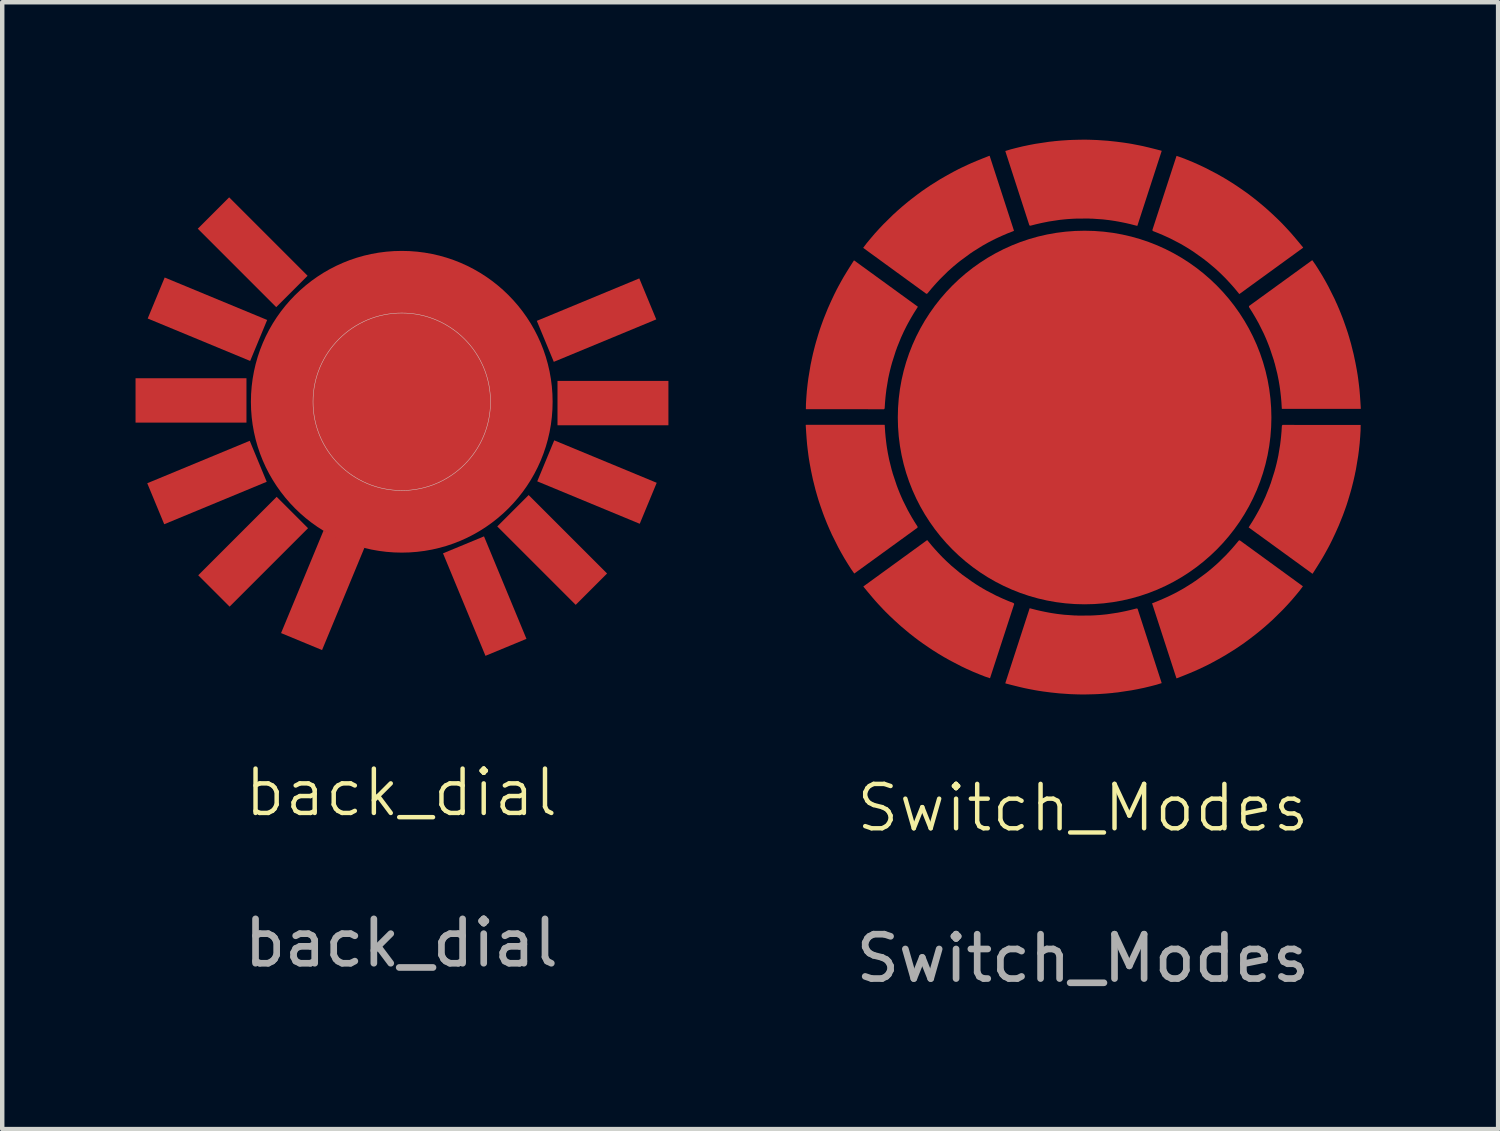
<source format=kicad_pcb>
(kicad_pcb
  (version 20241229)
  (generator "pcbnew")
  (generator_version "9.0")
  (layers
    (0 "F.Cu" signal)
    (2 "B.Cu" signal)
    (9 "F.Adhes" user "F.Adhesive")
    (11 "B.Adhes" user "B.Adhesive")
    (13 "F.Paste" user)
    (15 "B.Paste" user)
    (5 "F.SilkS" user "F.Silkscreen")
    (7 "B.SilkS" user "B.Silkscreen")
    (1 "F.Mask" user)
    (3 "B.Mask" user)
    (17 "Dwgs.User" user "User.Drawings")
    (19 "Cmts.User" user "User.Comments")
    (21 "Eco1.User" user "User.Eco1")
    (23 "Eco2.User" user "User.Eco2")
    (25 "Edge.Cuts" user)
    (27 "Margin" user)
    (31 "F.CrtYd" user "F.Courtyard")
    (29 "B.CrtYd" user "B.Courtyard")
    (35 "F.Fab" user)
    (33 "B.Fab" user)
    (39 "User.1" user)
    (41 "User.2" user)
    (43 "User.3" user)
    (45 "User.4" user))
  (footprint "back_dial"
    (layer "F.Cu")
    (at 6.005 6.005)
    (property "Reference" "back_dial" (at -0.01 8.81 0) (unlocked yes) (layer "F.SilkS") (effects (font (size 1 1) (thickness 0.1))))
    (attr smd)
    (fp_circle (center 0 0) (end 2 0) (stroke (width 0.01) (type solid)) (fill no) (layer "Edge.Cuts"))
    (fp_circle (center 0 0) (end 3.5 0) (stroke (width 0.01) (type solid)) (fill no) (layer "User.1"))
    (fp_circle (center 0 0) (end 6 0) (stroke (width 0.01) (type solid)) (fill no) (layer "User.1"))
    (fp_text user "${REFERENCE}" (at -0.01 12.2 0) (unlocked yes) (layer "F.Fab") (effects (font (size 1 1) (thickness 0.15))))
    (pad "1" smd rect (at -1.78 4.25 337.5) (size 1 2.5) (layers "F.Cu" "F.Mask" "F.Paste"))
    (pad "1" smd circle (at 0 0) (size 6.8 6.8) (layers "F.Cu" "F.Mask" "F.Paste"))
    (pad "2" smd rect (at -4.75 -0.03 270) (size 1 2.5) (layers "F.Cu" "F.Mask" "F.Paste"))
    (pad "2" smd rect (at -4.39 1.82 292.5) (size 1 2.5) (layers "F.Cu" "F.Mask" "F.Paste"))
    (pad "2" smd rect (at -4.38 -1.86 247.5) (size 1 2.5) (layers "F.Cu" "F.Mask" "F.Paste"))
    (pad "2" smd rect (at -3.36 -3.37 225) (size 1 2.5) (layers "F.Cu" "F.Mask" "F.Paste"))
    (pad "2" smd rect (at -3.35 3.38 315) (size 1 2.5) (layers "F.Cu" "F.Mask" "F.Paste"))
    (pad "3" smd rect (at 1.87 4.38 22.5) (size 1 2.5) (layers "F.Cu" "F.Mask" "F.Paste"))
    (pad "3" smd rect (at 3.39 3.34 45) (size 1 2.5) (layers "F.Cu" "F.Mask" "F.Paste"))
    (pad "3" smd rect (at 4.39 -1.84 112.5) (size 1 2.5) (layers "F.Cu" "F.Mask" "F.Paste"))
    (pad "3" smd rect (at 4.4 1.81 67.5) (size 1 2.5) (layers "F.Cu" "F.Mask" "F.Paste"))
    (pad "3" smd rect (at 4.76 0.03 90) (size 1 2.5) (layers "F.Cu" "F.Mask" "F.Paste")))
  (footprint "Switch_Modes"
    (layer "F.Cu")
    (at 21.365 6.35)
    (property "Reference" "Switch_Modes" (at -0.01 8.81 0) (unlocked yes) (layer "F.SilkS") (effects (font (size 1 1) (thickness 0.1))))
    (attr smd)
    (fp_circle (center 0 0) (end 4.43 0) (stroke (width 0.1) (type default)) (fill no) (layer "User.1"))
    (fp_circle (center 0 0) (end 6.3 0) (stroke (width 0.1) (type default)) (fill no) (layer "User.1"))
    (fp_text user "${REFERENCE}" (at -0.01 12.2 0) (unlocked yes) (layer "F.Fab") (effects (font (size 1 1) (thickness 0.15))))
    (pad "1" smd custom (at -5.14 1.63) (size 0.859 0.859) (layers "F.Cu" "F.Mask" "F.Paste") (options (anchor circle)) (primitives (gr_poly (pts (xy -1.11 -1.45) (xy 0.66 -1.45) (xy 0.67 -1.29) (xy 0.68 -1.18) (xy 0.69 -1.09) (xy 0.7 -1.01) (xy 0.71 -0.94) (xy 0.73 -0.82) (xy 0.76 -0.67) (xy 0.82 -0.43) (xy 0.83 -0.4) (xy 0.84 -0.36) (xy 0.93 -0.09) (xy 0.96 -0.01) (xy 1 0.09) (xy 1.03 0.16) (xy 1.07 0.25) (xy 1.18 0.47) (xy 1.23 0.56) (xy 1.27 0.63) (xy 1.33 0.73) (xy 1.4 0.84) (xy 1.4 0.86) (xy -0.02 1.89) (xy -0.09 1.79) (xy -0.16 1.68) (xy -0.24 1.55) (xy -0.32 1.41) (xy -0.38 1.3) (xy -0.52 1.02) (xy -0.56 0.93) (xy -0.57 0.91) (xy -0.63 0.77) (xy -0.69 0.62) (xy -0.72 0.54) (xy -0.78 0.37) (xy -0.82 0.25) (xy -0.85 0.15) (xy -0.89 0.01) (xy -0.95 -0.23) (xy -0.99 -0.42) (xy -1.02 -0.58) (xy -1.04 -0.7) (xy -1.05 -0.77) (xy -1.07 -0.93) (xy -1.08 -1.02) (xy -1.09 -1.14) (xy -1.1 -1.28) (xy -1.11 -1.44)) (width 0.01) (fill yes))))
    (pad "2" smd custom (at -5.12 -1.7 324) (size 0.859 0.859) (layers "F.Cu" "F.Mask" "F.Paste") (options (anchor circle)) (primitives (gr_poly (pts (xy -1.11 -1.45) (xy 0.66 -1.45) (xy 0.67 -1.29) (xy 0.68 -1.18) (xy 0.69 -1.09) (xy 0.7 -1.01) (xy 0.71 -0.94) (xy 0.73 -0.82) (xy 0.76 -0.67) (xy 0.82 -0.43) (xy 0.83 -0.4) (xy 0.84 -0.36) (xy 0.93 -0.09) (xy 0.96 -0.01) (xy 1 0.09) (xy 1.03 0.16) (xy 1.07 0.25) (xy 1.18 0.47) (xy 1.23 0.56) (xy 1.27 0.63) (xy 1.33 0.73) (xy 1.4 0.84) (xy 1.4 0.86) (xy -0.02 1.89) (xy -0.09 1.79) (xy -0.16 1.68) (xy -0.24 1.55) (xy -0.32 1.41) (xy -0.38 1.3) (xy -0.52 1.02) (xy -0.56 0.93) (xy -0.57 0.91) (xy -0.63 0.77) (xy -0.69 0.62) (xy -0.72 0.54) (xy -0.78 0.37) (xy -0.82 0.25) (xy -0.85 0.15) (xy -0.89 0.01) (xy -0.95 -0.23) (xy -0.99 -0.42) (xy -1.02 -0.58) (xy -1.04 -0.7) (xy -1.05 -0.77) (xy -1.07 -0.93) (xy -1.08 -1.02) (xy -1.09 -1.14) (xy -1.1 -1.28) (xy -1.11 -1.44)) (width 0.01) (fill yes))))
    (pad "3" smd custom (at -3.15 -4.38 288) (size 0.859 0.859) (layers "F.Cu" "F.Mask" "F.Paste") (options (anchor circle)) (primitives (gr_poly (pts (xy -1.11 -1.45) (xy 0.66 -1.45) (xy 0.67 -1.29) (xy 0.68 -1.18) (xy 0.69 -1.09) (xy 0.7 -1.01) (xy 0.71 -0.94) (xy 0.73 -0.82) (xy 0.76 -0.67) (xy 0.82 -0.43) (xy 0.83 -0.4) (xy 0.84 -0.36) (xy 0.93 -0.09) (xy 0.96 -0.01) (xy 1 0.09) (xy 1.03 0.16) (xy 1.07 0.25) (xy 1.18 0.47) (xy 1.23 0.56) (xy 1.27 0.63) (xy 1.33 0.73) (xy 1.4 0.84) (xy 1.4 0.86) (xy -0.02 1.89) (xy -0.09 1.79) (xy -0.16 1.68) (xy -0.24 1.55) (xy -0.32 1.41) (xy -0.38 1.3) (xy -0.52 1.02) (xy -0.56 0.93) (xy -0.57 0.91) (xy -0.63 0.77) (xy -0.69 0.62) (xy -0.72 0.54) (xy -0.78 0.37) (xy -0.82 0.25) (xy -0.85 0.15) (xy -0.89 0.01) (xy -0.95 -0.23) (xy -0.99 -0.42) (xy -1.02 -0.58) (xy -1.04 -0.7) (xy -1.05 -0.77) (xy -1.07 -0.93) (xy -1.08 -1.02) (xy -1.09 -1.14) (xy -1.1 -1.28) (xy -1.11 -1.44)) (width 0.01) (fill yes))))
    (pad "4" smd custom (at 0.04 -5.39 252) (size 0.859 0.859) (layers "F.Cu" "F.Mask" "F.Paste") (options (anchor circle)) (primitives (gr_poly (pts (xy -1.11 -1.45) (xy 0.66 -1.45) (xy 0.67 -1.29) (xy 0.68 -1.18) (xy 0.69 -1.09) (xy 0.7 -1.01) (xy 0.71 -0.94) (xy 0.73 -0.82) (xy 0.76 -0.67) (xy 0.82 -0.43) (xy 0.83 -0.4) (xy 0.84 -0.36) (xy 0.93 -0.09) (xy 0.96 -0.01) (xy 1 0.09) (xy 1.03 0.16) (xy 1.07 0.25) (xy 1.18 0.47) (xy 1.23 0.56) (xy 1.27 0.63) (xy 1.33 0.73) (xy 1.4 0.84) (xy 1.4 0.86) (xy -0.02 1.89) (xy -0.09 1.79) (xy -0.16 1.68) (xy -0.24 1.55) (xy -0.32 1.41) (xy -0.38 1.3) (xy -0.52 1.02) (xy -0.56 0.93) (xy -0.57 0.91) (xy -0.63 0.77) (xy -0.69 0.62) (xy -0.72 0.54) (xy -0.78 0.37) (xy -0.82 0.25) (xy -0.85 0.15) (xy -0.89 0.01) (xy -0.95 -0.23) (xy -0.99 -0.42) (xy -1.02 -0.58) (xy -1.04 -0.7) (xy -1.05 -0.77) (xy -1.07 -0.93) (xy -1.08 -1.02) (xy -1.09 -1.14) (xy -1.1 -1.28) (xy -1.11 -1.44)) (width 0.01) (fill yes))))
    (pad "5" smd custom (at 3.2 -4.34 216) (size 0.859 0.859) (layers "F.Cu" "F.Mask" "F.Paste") (options (anchor circle)) (primitives (gr_poly (pts (xy -1.11 -1.45) (xy 0.66 -1.45) (xy 0.67 -1.29) (xy 0.68 -1.18) (xy 0.69 -1.09) (xy 0.7 -1.01) (xy 0.71 -0.94) (xy 0.73 -0.82) (xy 0.76 -0.67) (xy 0.82 -0.43) (xy 0.83 -0.4) (xy 0.84 -0.36) (xy 0.93 -0.09) (xy 0.96 -0.01) (xy 1 0.09) (xy 1.03 0.16) (xy 1.07 0.25) (xy 1.18 0.47) (xy 1.23 0.56) (xy 1.27 0.63) (xy 1.33 0.73) (xy 1.4 0.84) (xy 1.4 0.86) (xy -0.02 1.89) (xy -0.09 1.79) (xy -0.16 1.68) (xy -0.24 1.55) (xy -0.32 1.41) (xy -0.38 1.3) (xy -0.52 1.02) (xy -0.56 0.93) (xy -0.57 0.91) (xy -0.63 0.77) (xy -0.69 0.62) (xy -0.72 0.54) (xy -0.78 0.37) (xy -0.82 0.25) (xy -0.85 0.15) (xy -0.89 0.01) (xy -0.95 -0.23) (xy -0.99 -0.42) (xy -1.02 -0.58) (xy -1.04 -0.7) (xy -1.05 -0.77) (xy -1.07 -0.93) (xy -1.08 -1.02) (xy -1.09 -1.14) (xy -1.1 -1.28) (xy -1.11 -1.44)) (width 0.01) (fill yes))))
    (pad "6" smd custom (at 5.14 -1.64 180) (size 0.859 0.859) (layers "F.Cu" "F.Mask" "F.Paste") (options (anchor circle)) (primitives (gr_poly (pts (xy -1.11 -1.45) (xy 0.66 -1.45) (xy 0.67 -1.29) (xy 0.68 -1.18) (xy 0.69 -1.09) (xy 0.7 -1.01) (xy 0.71 -0.94) (xy 0.73 -0.82) (xy 0.76 -0.67) (xy 0.82 -0.43) (xy 0.83 -0.4) (xy 0.84 -0.36) (xy 0.93 -0.09) (xy 0.96 -0.01) (xy 1 0.09) (xy 1.03 0.16) (xy 1.07 0.25) (xy 1.18 0.47) (xy 1.23 0.56) (xy 1.27 0.63) (xy 1.33 0.73) (xy 1.4 0.84) (xy 1.4 0.86) (xy -0.02 1.89) (xy -0.09 1.79) (xy -0.16 1.68) (xy -0.24 1.55) (xy -0.32 1.41) (xy -0.38 1.3) (xy -0.52 1.02) (xy -0.56 0.93) (xy -0.57 0.91) (xy -0.63 0.77) (xy -0.69 0.62) (xy -0.72 0.54) (xy -0.78 0.37) (xy -0.82 0.25) (xy -0.85 0.15) (xy -0.89 0.01) (xy -0.95 -0.23) (xy -0.99 -0.42) (xy -1.02 -0.58) (xy -1.04 -0.7) (xy -1.05 -0.77) (xy -1.07 -0.93) (xy -1.08 -1.02) (xy -1.09 -1.14) (xy -1.1 -1.28) (xy -1.11 -1.44)) (width 0.01) (fill yes))))
    (pad "7" smd custom (at 5.12 1.7 144) (size 0.859 0.859) (layers "F.Cu" "F.Mask" "F.Paste") (options (anchor circle)) (primitives (gr_poly (pts (xy -1.11 -1.45) (xy 0.66 -1.45) (xy 0.67 -1.29) (xy 0.68 -1.18) (xy 0.69 -1.09) (xy 0.7 -1.01) (xy 0.71 -0.94) (xy 0.73 -0.82) (xy 0.76 -0.67) (xy 0.82 -0.43) (xy 0.83 -0.4) (xy 0.84 -0.36) (xy 0.93 -0.09) (xy 0.96 -0.01) (xy 1 0.09) (xy 1.03 0.16) (xy 1.07 0.25) (xy 1.18 0.47) (xy 1.23 0.56) (xy 1.27 0.63) (xy 1.33 0.73) (xy 1.4 0.84) (xy 1.4 0.86) (xy -0.02 1.89) (xy -0.09 1.79) (xy -0.16 1.68) (xy -0.24 1.55) (xy -0.32 1.41) (xy -0.38 1.3) (xy -0.52 1.02) (xy -0.56 0.93) (xy -0.57 0.91) (xy -0.63 0.77) (xy -0.69 0.62) (xy -0.72 0.54) (xy -0.78 0.37) (xy -0.82 0.25) (xy -0.85 0.15) (xy -0.89 0.01) (xy -0.95 -0.23) (xy -0.99 -0.42) (xy -1.02 -0.58) (xy -1.04 -0.7) (xy -1.05 -0.77) (xy -1.07 -0.93) (xy -1.08 -1.02) (xy -1.09 -1.14) (xy -1.1 -1.28) (xy -1.11 -1.44)) (width 0.01) (fill yes))))
    (pad "8" smd custom (at 3.14 4.38 108) (size 0.859 0.859) (layers "F.Cu" "F.Mask" "F.Paste") (options (anchor circle)) (primitives (gr_poly (pts (xy -1.11 -1.45) (xy 0.66 -1.45) (xy 0.67 -1.29) (xy 0.68 -1.18) (xy 0.69 -1.09) (xy 0.7 -1.01) (xy 0.71 -0.94) (xy 0.73 -0.82) (xy 0.76 -0.67) (xy 0.82 -0.43) (xy 0.83 -0.4) (xy 0.84 -0.36) (xy 0.93 -0.09) (xy 0.96 -0.01) (xy 1 0.09) (xy 1.03 0.16) (xy 1.07 0.25) (xy 1.18 0.47) (xy 1.23 0.56) (xy 1.27 0.63) (xy 1.33 0.73) (xy 1.4 0.84) (xy 1.4 0.86) (xy -0.02 1.89) (xy -0.09 1.79) (xy -0.16 1.68) (xy -0.24 1.55) (xy -0.32 1.41) (xy -0.38 1.3) (xy -0.52 1.02) (xy -0.56 0.93) (xy -0.57 0.91) (xy -0.63 0.77) (xy -0.69 0.62) (xy -0.72 0.54) (xy -0.78 0.37) (xy -0.82 0.25) (xy -0.85 0.15) (xy -0.89 0.01) (xy -0.95 -0.23) (xy -0.99 -0.42) (xy -1.02 -0.58) (xy -1.04 -0.7) (xy -1.05 -0.77) (xy -1.07 -0.93) (xy -1.08 -1.02) (xy -1.09 -1.14) (xy -1.1 -1.28) (xy -1.11 -1.44)) (width 0.01) (fill yes))))
    (pad "9" smd custom (at -0.03 5.39 72) (size 0.859 0.859) (layers "F.Cu" "F.Mask" "F.Paste") (options (anchor circle)) (primitives (gr_poly (pts (xy -1.11 -1.45) (xy 0.66 -1.45) (xy 0.67 -1.29) (xy 0.68 -1.18) (xy 0.69 -1.09) (xy 0.7 -1.01) (xy 0.71 -0.94) (xy 0.73 -0.82) (xy 0.76 -0.67) (xy 0.82 -0.43) (xy 0.83 -0.4) (xy 0.84 -0.36) (xy 0.93 -0.09) (xy 0.96 -0.01) (xy 1 0.09) (xy 1.03 0.16) (xy 1.07 0.25) (xy 1.18 0.47) (xy 1.23 0.56) (xy 1.27 0.63) (xy 1.33 0.73) (xy 1.4 0.84) (xy 1.4 0.86) (xy -0.02 1.89) (xy -0.09 1.79) (xy -0.16 1.68) (xy -0.24 1.55) (xy -0.32 1.41) (xy -0.38 1.3) (xy -0.52 1.02) (xy -0.56 0.93) (xy -0.57 0.91) (xy -0.63 0.77) (xy -0.69 0.62) (xy -0.72 0.54) (xy -0.78 0.37) (xy -0.82 0.25) (xy -0.85 0.15) (xy -0.89 0.01) (xy -0.95 -0.23) (xy -0.99 -0.42) (xy -1.02 -0.58) (xy -1.04 -0.7) (xy -1.05 -0.77) (xy -1.07 -0.93) (xy -1.08 -1.02) (xy -1.09 -1.14) (xy -1.1 -1.28) (xy -1.11 -1.44)) (width 0.01) (fill yes))))
    (pad "10" smd custom (at -3.2 4.34 36) (size 0.859 0.859) (layers "F.Cu" "F.Mask" "F.Paste") (options (anchor circle)) (primitives (gr_poly (pts (xy -1.11 -1.45) (xy 0.66 -1.45) (xy 0.67 -1.29) (xy 0.68 -1.18) (xy 0.69 -1.09) (xy 0.7 -1.01) (xy 0.71 -0.94) (xy 0.73 -0.82) (xy 0.76 -0.67) (xy 0.82 -0.43) (xy 0.83 -0.4) (xy 0.84 -0.36) (xy 0.93 -0.09) (xy 0.96 -0.01) (xy 1 0.09) (xy 1.03 0.16) (xy 1.07 0.25) (xy 1.18 0.47) (xy 1.23 0.56) (xy 1.27 0.63) (xy 1.33 0.73) (xy 1.4 0.84) (xy 1.4 0.86) (xy -0.02 1.89) (xy -0.09 1.79) (xy -0.16 1.68) (xy -0.24 1.55) (xy -0.32 1.41) (xy -0.38 1.3) (xy -0.52 1.02) (xy -0.56 0.93) (xy -0.57 0.91) (xy -0.63 0.77) (xy -0.69 0.62) (xy -0.72 0.54) (xy -0.78 0.37) (xy -0.82 0.25) (xy -0.85 0.15) (xy -0.89 0.01) (xy -0.95 -0.23) (xy -0.99 -0.42) (xy -1.02 -0.58) (xy -1.04 -0.7) (xy -1.05 -0.77) (xy -1.07 -0.93) (xy -1.08 -1.02) (xy -1.09 -1.14) (xy -1.1 -1.28) (xy -1.11 -1.44)) (width 0.01) (fill yes))))
    (pad "13" smd circle (at -2.98 2.22 36) (size 0.859 0.859) (layers "F.Cu" "F.Mask" "F.Paste"))
    (pad "13" smd circle (at 0.03 0.01) (size 8.42 8.42) (layers "F.Cu" "F.Mask" "F.Paste")))
  (gr_rect
    (start -3 -3)
    (end 30.715 22.398)
    (stroke (width 0.1) (type default))
    (fill no)
    (layer "Edge.Cuts")))
</source>
